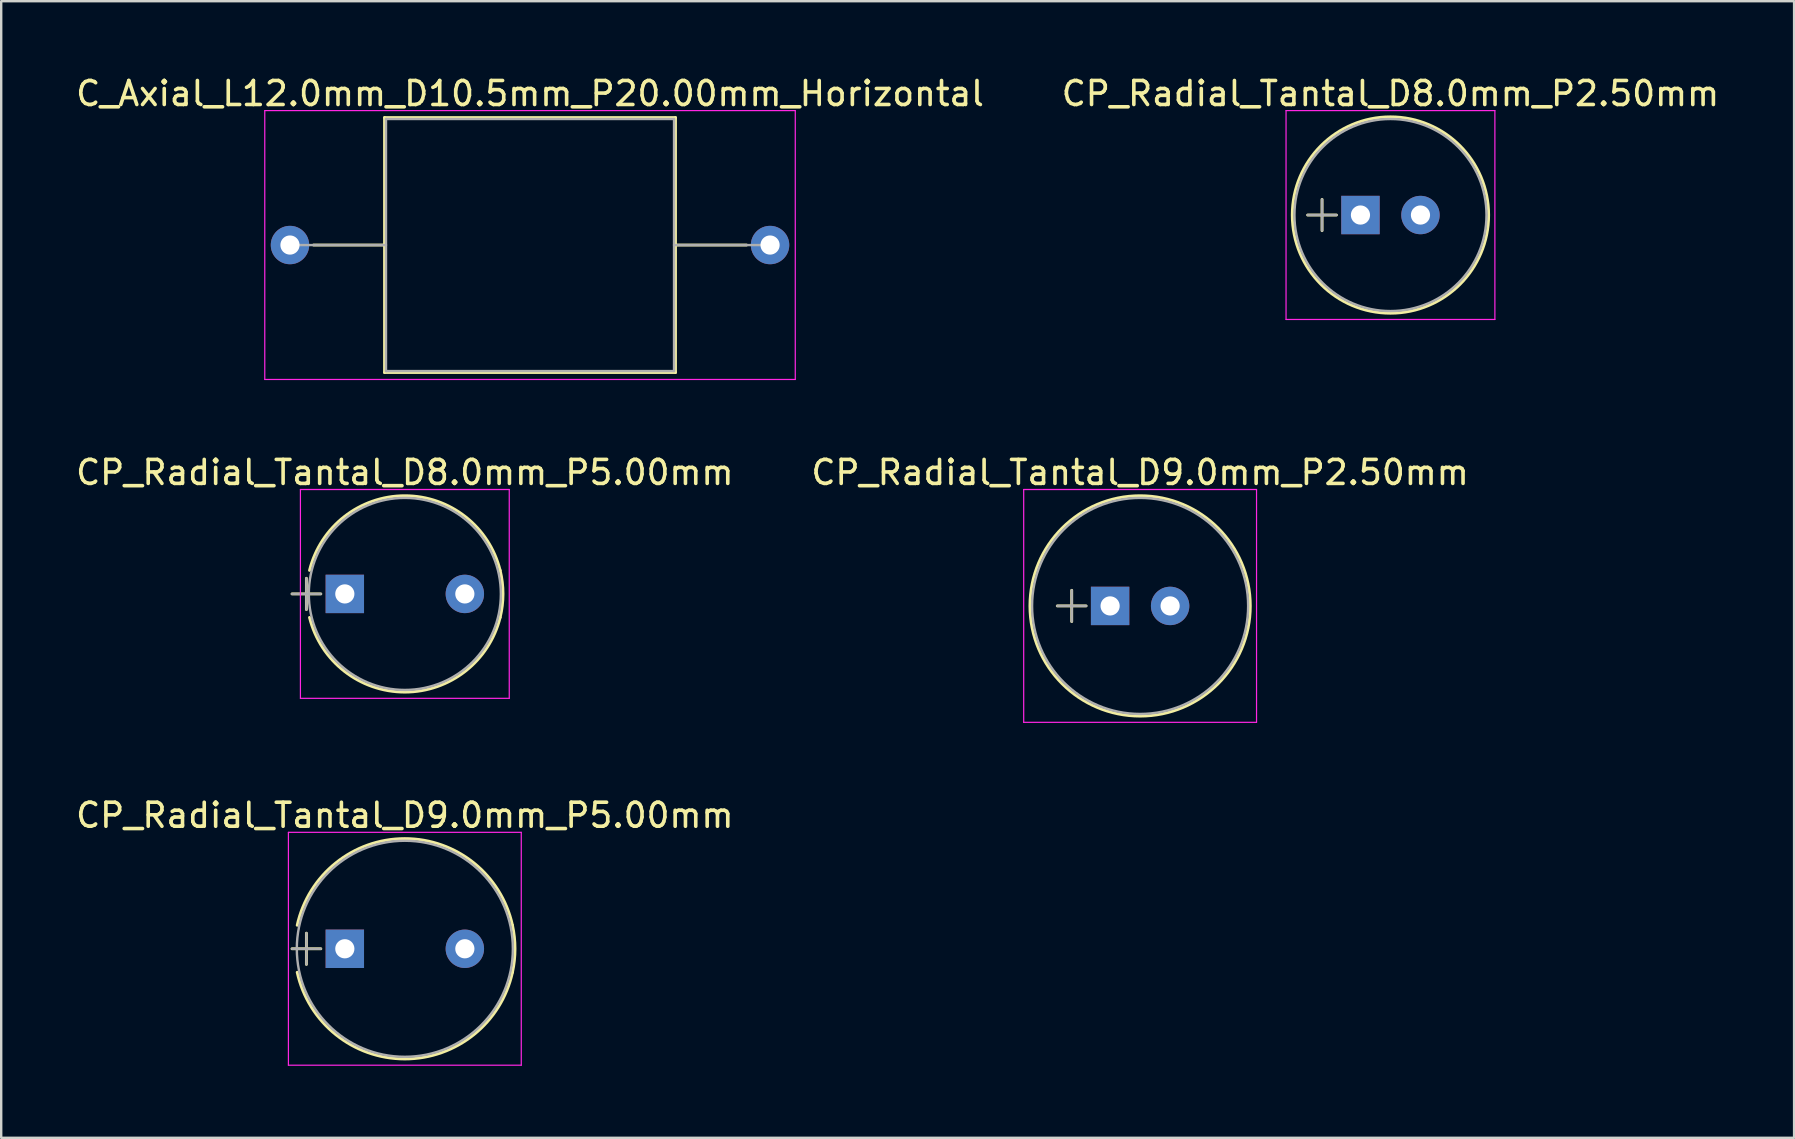
<source format=kicad_pcb>
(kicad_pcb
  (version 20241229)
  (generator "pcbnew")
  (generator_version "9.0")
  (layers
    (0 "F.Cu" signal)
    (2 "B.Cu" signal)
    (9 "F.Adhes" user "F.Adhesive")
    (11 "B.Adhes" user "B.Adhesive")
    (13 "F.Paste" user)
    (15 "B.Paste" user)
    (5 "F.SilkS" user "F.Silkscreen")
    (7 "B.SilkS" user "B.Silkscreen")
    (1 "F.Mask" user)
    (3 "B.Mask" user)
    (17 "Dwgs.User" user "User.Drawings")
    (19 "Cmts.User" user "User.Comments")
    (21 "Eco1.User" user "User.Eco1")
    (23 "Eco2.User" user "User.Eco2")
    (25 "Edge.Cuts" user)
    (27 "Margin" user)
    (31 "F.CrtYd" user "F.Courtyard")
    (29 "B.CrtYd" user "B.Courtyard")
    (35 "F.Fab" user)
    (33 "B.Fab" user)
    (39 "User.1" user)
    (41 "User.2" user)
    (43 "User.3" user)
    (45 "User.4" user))
  (footprint "CP_Radial_Tantal_D9.0mm_P5.00mm"
    (layer "F.Cu")
    (at 11.315 36.475)
    (property "Reference" "CP_Radial_Tantal_D9.0mm_P5.00mm" (at 2.5 -5.56 0) (layer "F.SilkS") (effects (font (size 1 1) (thickness 0.15))))
    (attr through_hole)
    (fp_line (start -2.2 0) (end -1 0) (stroke (width 0.12) (type solid)) (layer "F.SilkS"))
    (fp_line (start -1.6 -0.65) (end -1.6 0.65) (stroke (width 0.12) (type solid)) (layer "F.SilkS"))
    (fp_arc (start -1.984161 -0.98) (mid 2.498237 -4.59) (end 6.983407 -0.983445) (stroke (width 0.12) (type solid)) (layer "F.SilkS"))
    (fp_arc (start 6.983407 0.983445) (mid 2.498237 4.59) (end -1.984161 0.98) (stroke (width 0.12) (type solid)) (layer "F.SilkS"))
    (fp_arc (start 6.984161 -0.98) (mid 7.09 0.001763) (end 6.983407 0.983445) (stroke (width 0.12) (type solid)) (layer "F.SilkS"))
    (fp_line (start -2.35 -4.85) (end -2.35 4.85) (stroke (width 0.05) (type solid)) (layer "F.CrtYd"))
    (fp_line (start -2.35 4.85) (end 7.35 4.85) (stroke (width 0.05) (type solid)) (layer "F.CrtYd"))
    (fp_line (start 7.35 -4.85) (end -2.35 -4.85) (stroke (width 0.05) (type solid)) (layer "F.CrtYd"))
    (fp_line (start 7.35 4.85) (end 7.35 -4.85) (stroke (width 0.05) (type solid)) (layer "F.CrtYd"))
    (fp_line (start -2.2 0) (end -1 0) (stroke (width 0.1) (type solid)) (layer "F.Fab"))
    (fp_line (start -1.6 -0.65) (end -1.6 0.65) (stroke (width 0.1) (type solid)) (layer "F.Fab"))
    (fp_circle (center 2.5 0) (end 7 0) (stroke (width 0.1) (type solid)) (fill no) (layer "F.Fab"))
    (pad "1" thru_hole rect (at 0 0) (size 1.6 1.6) (drill 0.8) (layers "*.Cu" "*.Mask"))
    (pad "2" thru_hole circle (at 5 0) (size 1.6 1.6) (drill 0.8) (layers "*.Cu" "*.Mask")))
  (footprint "CP_Radial_Tantal_D8.0mm_P5.00mm"
    (layer "F.Cu")
    (at 11.315 21.692)
    (property "Reference" "CP_Radial_Tantal_D8.0mm_P5.00mm" (at 2.5 -5.06 0) (layer "F.SilkS") (effects (font (size 1 1) (thickness 0.15))))
    (attr through_hole)
    (fp_line (start -2.2 0) (end -1 0) (stroke (width 0.12) (type solid)) (layer "F.SilkS"))
    (fp_line (start -1.6 -0.65) (end -1.6 0.65) (stroke (width 0.12) (type solid)) (layer "F.SilkS"))
    (fp_arc (start -1.470856 -0.98) (mid 2.50096 -4.09) (end 6.471316 -0.978135) (stroke (width 0.12) (type solid)) (layer "F.SilkS"))
    (fp_arc (start 6.470856 -0.98) (mid 6.59 -0.00096) (end 6.471316 0.978135) (stroke (width 0.12) (type solid)) (layer "F.SilkS"))
    (fp_arc (start 6.471316 0.978135) (mid 2.50096 4.09) (end -1.470856 0.98) (stroke (width 0.12) (type solid)) (layer "F.SilkS"))
    (fp_line (start -1.85 -4.35) (end -1.85 4.35) (stroke (width 0.05) (type solid)) (layer "F.CrtYd"))
    (fp_line (start -1.85 4.35) (end 6.85 4.35) (stroke (width 0.05) (type solid)) (layer "F.CrtYd"))
    (fp_line (start 6.85 -4.35) (end -1.85 -4.35) (stroke (width 0.05) (type solid)) (layer "F.CrtYd"))
    (fp_line (start 6.85 4.35) (end 6.85 -4.35) (stroke (width 0.05) (type solid)) (layer "F.CrtYd"))
    (fp_line (start -2.2 0) (end -1 0) (stroke (width 0.1) (type solid)) (layer "F.Fab"))
    (fp_line (start -1.6 -0.65) (end -1.6 0.65) (stroke (width 0.1) (type solid)) (layer "F.Fab"))
    (fp_circle (center 2.5 0) (end 6.5 0) (stroke (width 0.1) (type solid)) (fill no) (layer "F.Fab"))
    (pad "1" thru_hole rect (at 0 0) (size 1.6 1.6) (drill 0.8) (layers "*.Cu" "*.Mask"))
    (pad "2" thru_hole circle (at 5 0) (size 1.6 1.6) (drill 0.8) (layers "*.Cu" "*.Mask")))
  (footprint "CP_Radial_Tantal_D8.0mm_P2.50mm"
    (layer "F.Cu")
    (at 53.625 5.908)
    (property "Reference" "CP_Radial_Tantal_D8.0mm_P2.50mm" (at 1.25 -5.06 0) (layer "F.SilkS") (effects (font (size 1 1) (thickness 0.15))))
    (attr through_hole)
    (fp_line (start -2.2 0) (end -1 0) (stroke (width 0.12) (type solid)) (layer "F.SilkS"))
    (fp_line (start -1.6 -0.65) (end -1.6 0.65) (stroke (width 0.12) (type solid)) (layer "F.SilkS"))
    (fp_circle (center 1.25 0) (end 5.34 0) (stroke (width 0.12) (type solid)) (fill no) (layer "F.SilkS"))
    (fp_line (start -3.1 -4.35) (end -3.1 4.35) (stroke (width 0.05) (type solid)) (layer "F.CrtYd"))
    (fp_line (start -3.1 4.35) (end 5.6 4.35) (stroke (width 0.05) (type solid)) (layer "F.CrtYd"))
    (fp_line (start 5.6 -4.35) (end -3.1 -4.35) (stroke (width 0.05) (type solid)) (layer "F.CrtYd"))
    (fp_line (start 5.6 4.35) (end 5.6 -4.35) (stroke (width 0.05) (type solid)) (layer "F.CrtYd"))
    (fp_line (start -2.2 0) (end -1 0) (stroke (width 0.1) (type solid)) (layer "F.Fab"))
    (fp_line (start -1.6 -0.65) (end -1.6 0.65) (stroke (width 0.1) (type solid)) (layer "F.Fab"))
    (fp_circle (center 1.25 0) (end 5.25 0) (stroke (width 0.1) (type solid)) (fill no) (layer "F.Fab"))
    (pad "1" thru_hole rect (at 0 0) (size 1.6 1.6) (drill 0.8) (layers "*.Cu" "*.Mask"))
    (pad "2" thru_hole circle (at 2.5 0) (size 1.6 1.6) (drill 0.8) (layers "*.Cu" "*.Mask")))
  (footprint "CP_Radial_Tantal_D9.0mm_P2.50mm"
    (layer "F.Cu")
    (at 43.196 22.192)
    (property "Reference" "CP_Radial_Tantal_D9.0mm_P2.50mm" (at 1.25 -5.56 0) (layer "F.SilkS") (effects (font (size 1 1) (thickness 0.15))))
    (attr through_hole)
    (fp_line (start -2.2 0) (end -1 0) (stroke (width 0.12) (type solid)) (layer "F.SilkS"))
    (fp_line (start -1.6 -0.65) (end -1.6 0.65) (stroke (width 0.12) (type solid)) (layer "F.SilkS"))
    (fp_circle (center 1.25 0) (end 5.84 0) (stroke (width 0.12) (type solid)) (fill no) (layer "F.SilkS"))
    (fp_line (start -3.6 -4.85) (end -3.6 4.85) (stroke (width 0.05) (type solid)) (layer "F.CrtYd"))
    (fp_line (start -3.6 4.85) (end 6.1 4.85) (stroke (width 0.05) (type solid)) (layer "F.CrtYd"))
    (fp_line (start 6.1 -4.85) (end -3.6 -4.85) (stroke (width 0.05) (type solid)) (layer "F.CrtYd"))
    (fp_line (start 6.1 4.85) (end 6.1 -4.85) (stroke (width 0.05) (type solid)) (layer "F.CrtYd"))
    (fp_line (start -2.2 0) (end -1 0) (stroke (width 0.1) (type solid)) (layer "F.Fab"))
    (fp_line (start -1.6 -0.65) (end -1.6 0.65) (stroke (width 0.1) (type solid)) (layer "F.Fab"))
    (fp_circle (center 1.25 0) (end 5.75 0) (stroke (width 0.1) (type solid)) (fill no) (layer "F.Fab"))
    (pad "1" thru_hole rect (at 0 0) (size 1.6 1.6) (drill 0.8) (layers "*.Cu" "*.Mask"))
    (pad "2" thru_hole circle (at 2.5 0) (size 1.6 1.6) (drill 0.8) (layers "*.Cu" "*.Mask")))
  (footprint "C_Axial_L12.0mm_D10.5mm_P20.00mm_Horizontal"
    (layer "F.Cu")
    (at 9.03 7.158)
    (property "Reference" "C_Axial_L12.0mm_D10.5mm_P20.00mm_Horizontal" (at 10 -6.31 0) (layer "F.SilkS") (effects (font (size 1 1) (thickness 0.15))))
    (attr through_hole)
    (fp_line (start 0.98 0) (end 3.94 0) (stroke (width 0.12) (type solid)) (layer "F.SilkS"))
    (fp_line (start 3.94 -5.31) (end 3.94 5.31) (stroke (width 0.12) (type solid)) (layer "F.SilkS"))
    (fp_line (start 3.94 5.31) (end 16.06 5.31) (stroke (width 0.12) (type solid)) (layer "F.SilkS"))
    (fp_line (start 16.06 -5.31) (end 3.94 -5.31) (stroke (width 0.12) (type solid)) (layer "F.SilkS"))
    (fp_line (start 16.06 5.31) (end 16.06 -5.31) (stroke (width 0.12) (type solid)) (layer "F.SilkS"))
    (fp_line (start 19.02 0) (end 16.06 0) (stroke (width 0.12) (type solid)) (layer "F.SilkS"))
    (fp_line (start -1.05 -5.6) (end -1.05 5.6) (stroke (width 0.05) (type solid)) (layer "F.CrtYd"))
    (fp_line (start -1.05 5.6) (end 21.05 5.6) (stroke (width 0.05) (type solid)) (layer "F.CrtYd"))
    (fp_line (start 21.05 -5.6) (end -1.05 -5.6) (stroke (width 0.05) (type solid)) (layer "F.CrtYd"))
    (fp_line (start 21.05 5.6) (end 21.05 -5.6) (stroke (width 0.05) (type solid)) (layer "F.CrtYd"))
    (fp_line (start 0 0) (end 4 0) (stroke (width 0.1) (type solid)) (layer "F.Fab"))
    (fp_line (start 4 -5.25) (end 4 5.25) (stroke (width 0.1) (type solid)) (layer "F.Fab"))
    (fp_line (start 4 5.25) (end 16 5.25) (stroke (width 0.1) (type solid)) (layer "F.Fab"))
    (fp_line (start 16 -5.25) (end 4 -5.25) (stroke (width 0.1) (type solid)) (layer "F.Fab"))
    (fp_line (start 16 5.25) (end 16 -5.25) (stroke (width 0.1) (type solid)) (layer "F.Fab"))
    (fp_line (start 20 0) (end 16 0) (stroke (width 0.1) (type solid)) (layer "F.Fab"))
    (pad "1" thru_hole circle (at 0 0) (size 1.6 1.6) (drill 0.8) (layers "*.Cu" "*.Mask"))
    (pad "2" thru_hole oval (at 20 0) (size 1.6 1.6) (drill 0.8) (layers "*.Cu" "*.Mask")))
  (gr_rect
    (start -3 -3)
    (end 71.69 44.35)
    (stroke (width 0.1) (type default))
    (fill no)
    (layer "Edge.Cuts")))
</source>
